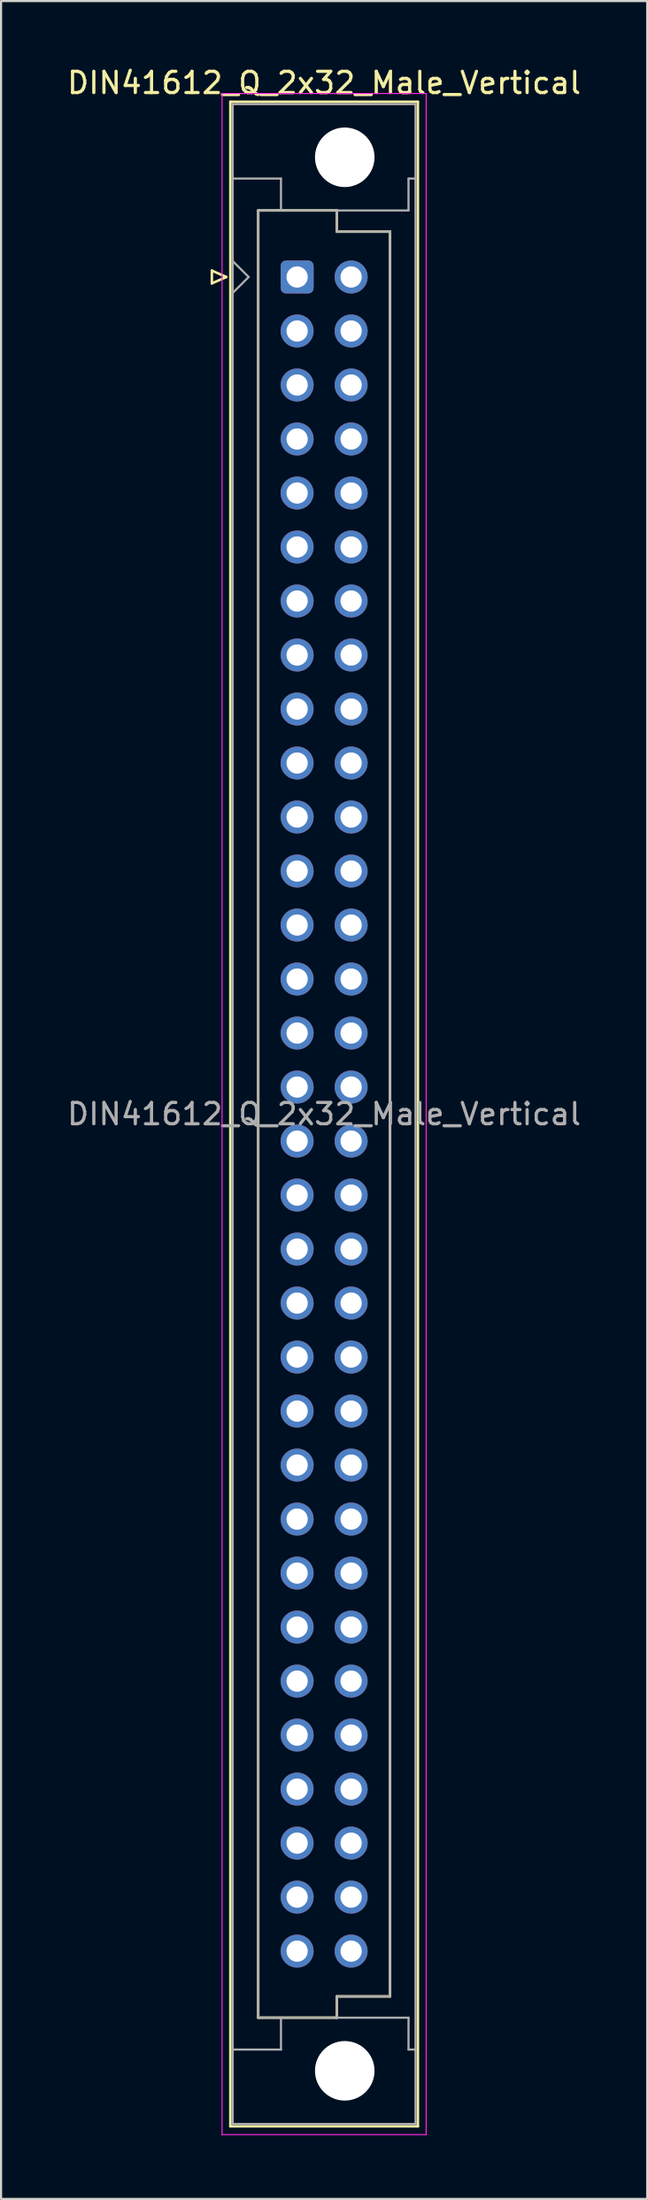
<source format=kicad_pcb>
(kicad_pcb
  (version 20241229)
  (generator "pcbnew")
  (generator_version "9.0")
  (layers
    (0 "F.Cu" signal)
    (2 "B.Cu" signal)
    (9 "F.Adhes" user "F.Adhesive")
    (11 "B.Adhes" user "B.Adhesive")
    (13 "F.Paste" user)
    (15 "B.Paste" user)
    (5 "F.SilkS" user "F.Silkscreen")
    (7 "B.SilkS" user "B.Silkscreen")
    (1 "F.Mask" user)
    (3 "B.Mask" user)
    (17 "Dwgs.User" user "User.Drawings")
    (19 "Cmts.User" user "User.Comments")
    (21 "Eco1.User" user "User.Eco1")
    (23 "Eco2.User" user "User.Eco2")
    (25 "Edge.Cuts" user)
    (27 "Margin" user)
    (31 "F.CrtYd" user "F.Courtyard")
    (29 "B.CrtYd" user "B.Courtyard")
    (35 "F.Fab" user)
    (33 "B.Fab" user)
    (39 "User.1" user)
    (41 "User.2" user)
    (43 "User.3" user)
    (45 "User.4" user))
  (footprint "DIN41612_Q_2x32_Male_Vertical"
    (layer "F.Cu")
    (at 10.926 9.978)
    (property "Reference" "DIN41612_Q_2x32_Male_Vertical" (at 1.27 -9.13 0) (layer "F.SilkS") (effects (font (size 1 1) (thickness 0.15))))
    (attr through_hole)
    (fp_line (start -4.01 -0.3) (end -4.01 0.3) (stroke (width 0.12) (type solid)) (layer "F.SilkS"))
    (fp_line (start -4.01 0.3) (end -3.33 0) (stroke (width 0.12) (type solid)) (layer "F.SilkS"))
    (fp_line (start -3.33 0) (end -4.01 -0.3) (stroke (width 0.12) (type solid)) (layer "F.SilkS"))
    (fp_line (start -3.14 -8.24) (end 5.68 -8.24) (stroke (width 0.12) (type solid)) (layer "F.SilkS"))
    (fp_line (start -3.14 86.98) (end -3.14 -8.24) (stroke (width 0.12) (type solid)) (layer "F.SilkS"))
    (fp_line (start -1.83 -3.13) (end 1.87 -3.13) (stroke (width 0.12) (type solid)) (layer "F.SilkS"))
    (fp_line (start -1.83 81.87) (end -1.83 -3.13) (stroke (width 0.12) (type solid)) (layer "F.SilkS"))
    (fp_line (start 1.87 -3.13) (end 1.87 -2.13) (stroke (width 0.12) (type solid)) (layer "F.SilkS"))
    (fp_line (start 1.87 -2.13) (end 4.37 -2.13) (stroke (width 0.12) (type solid)) (layer "F.SilkS"))
    (fp_line (start 1.87 80.87) (end 1.87 81.87) (stroke (width 0.12) (type solid)) (layer "F.SilkS"))
    (fp_line (start 1.87 81.87) (end -1.83 81.87) (stroke (width 0.12) (type solid)) (layer "F.SilkS"))
    (fp_line (start 4.37 -2.13) (end 4.37 80.87) (stroke (width 0.12) (type solid)) (layer "F.SilkS"))
    (fp_line (start 4.37 80.87) (end 1.87 80.87) (stroke (width 0.12) (type solid)) (layer "F.SilkS"))
    (fp_line (start 5.68 -8.24) (end 5.68 86.98) (stroke (width 0.12) (type solid)) (layer "F.SilkS"))
    (fp_line (start 5.68 86.98) (end -3.14 86.98) (stroke (width 0.12) (type solid)) (layer "F.SilkS"))
    (fp_line (start -3.53 -8.63) (end 6.07 -8.63) (stroke (width 0.05) (type solid)) (layer "F.CrtYd"))
    (fp_line (start -3.53 87.37) (end -3.53 -8.63) (stroke (width 0.05) (type solid)) (layer "F.CrtYd"))
    (fp_line (start 6.07 -8.63) (end 6.07 87.37) (stroke (width 0.05) (type solid)) (layer "F.CrtYd"))
    (fp_line (start 6.07 87.37) (end -3.53 87.37) (stroke (width 0.05) (type solid)) (layer "F.CrtYd"))
    (fp_line (start -3.03 -8.13) (end 5.57 -8.13) (stroke (width 0.1) (type solid)) (layer "F.Fab"))
    (fp_line (start -3.03 -4.63) (end -0.76 -4.63) (stroke (width 0.1) (type solid)) (layer "F.Fab"))
    (fp_line (start -3.03 -0.75) (end -2.28 0) (stroke (width 0.1) (type solid)) (layer "F.Fab"))
    (fp_line (start -3.03 83.37) (end -0.76 83.37) (stroke (width 0.1) (type solid)) (layer "F.Fab"))
    (fp_line (start -3.03 86.87) (end -3.03 -8.13) (stroke (width 0.1) (type solid)) (layer "F.Fab"))
    (fp_line (start -2.28 0) (end -3.03 0.75) (stroke (width 0.1) (type solid)) (layer "F.Fab"))
    (fp_line (start -1.83 -3.13) (end 1.87 -3.13) (stroke (width 0.1) (type solid)) (layer "F.Fab"))
    (fp_line (start -1.83 81.87) (end -1.83 -3.13) (stroke (width 0.1) (type solid)) (layer "F.Fab"))
    (fp_line (start -0.76 -4.63) (end -0.76 -3.13) (stroke (width 0.1) (type solid)) (layer "F.Fab"))
    (fp_line (start -0.76 83.37) (end -0.76 81.87) (stroke (width 0.1) (type solid)) (layer "F.Fab"))
    (fp_line (start 1.87 -3.13) (end 1.87 -2.13) (stroke (width 0.1) (type solid)) (layer "F.Fab"))
    (fp_line (start 1.87 -3.13) (end 5.24 -3.13) (stroke (width 0.1) (type solid)) (layer "F.Fab"))
    (fp_line (start 1.87 -2.13) (end 4.37 -2.13) (stroke (width 0.1) (type solid)) (layer "F.Fab"))
    (fp_line (start 1.87 80.87) (end 1.87 81.87) (stroke (width 0.1) (type solid)) (layer "F.Fab"))
    (fp_line (start 1.87 81.87) (end -1.83 81.87) (stroke (width 0.1) (type solid)) (layer "F.Fab"))
    (fp_line (start 1.87 81.87) (end 5.24 81.87) (stroke (width 0.1) (type solid)) (layer "F.Fab"))
    (fp_line (start 4.37 -2.13) (end 4.37 80.87) (stroke (width 0.1) (type solid)) (layer "F.Fab"))
    (fp_line (start 4.37 80.87) (end 1.87 80.87) (stroke (width 0.1) (type solid)) (layer "F.Fab"))
    (fp_line (start 5.24 -4.63) (end 5.57 -4.63) (stroke (width 0.1) (type solid)) (layer "F.Fab"))
    (fp_line (start 5.24 -3.13) (end 5.24 -4.63) (stroke (width 0.1) (type solid)) (layer "F.Fab"))
    (fp_line (start 5.24 81.87) (end 5.24 83.37) (stroke (width 0.1) (type solid)) (layer "F.Fab"))
    (fp_line (start 5.24 83.37) (end 5.57 83.37) (stroke (width 0.1) (type solid)) (layer "F.Fab"))
    (fp_line (start 5.57 -8.13) (end 5.57 86.87) (stroke (width 0.1) (type solid)) (layer "F.Fab"))
    (fp_line (start 5.57 86.87) (end -3.03 86.87) (stroke (width 0.1) (type solid)) (layer "F.Fab"))
    (fp_text user "${REFERENCE}" (at 1.27 39.37 0) (layer "F.Fab") (effects (font (size 1 1) (thickness 0.15))))
    (pad "" np_thru_hole circle (at 2.24 -5.63) (size 2.8 2.8) (drill 2.8) (layers "*.Cu" "*.Mask"))
    (pad "" np_thru_hole circle (at 2.24 84.37) (size 2.8 2.8) (drill 2.8) (layers "*.Cu" "*.Mask"))
    (pad "a1" thru_hole roundrect (at 0 0) (size 1.55 1.55) (drill 1) (layers "*.Cu" "*.Mask") (roundrect_rratio 0.161))
    (pad "a2" thru_hole circle (at 0 2.54) (size 1.55 1.55) (drill 1) (layers "*.Cu" "*.Mask"))
    (pad "a3" thru_hole circle (at 0 5.08) (size 1.55 1.55) (drill 1) (layers "*.Cu" "*.Mask"))
    (pad "a4" thru_hole circle (at 0 7.62) (size 1.55 1.55) (drill 1) (layers "*.Cu" "*.Mask"))
    (pad "a5" thru_hole circle (at 0 10.16) (size 1.55 1.55) (drill 1) (layers "*.Cu" "*.Mask"))
    (pad "a6" thru_hole circle (at 0 12.7) (size 1.55 1.55) (drill 1) (layers "*.Cu" "*.Mask"))
    (pad "a7" thru_hole circle (at 0 15.24) (size 1.55 1.55) (drill 1) (layers "*.Cu" "*.Mask"))
    (pad "a8" thru_hole circle (at 0 17.78) (size 1.55 1.55) (drill 1) (layers "*.Cu" "*.Mask"))
    (pad "a9" thru_hole circle (at 0 20.32) (size 1.55 1.55) (drill 1) (layers "*.Cu" "*.Mask"))
    (pad "a10" thru_hole circle (at 0 22.86) (size 1.55 1.55) (drill 1) (layers "*.Cu" "*.Mask"))
    (pad "a11" thru_hole circle (at 0 25.4) (size 1.55 1.55) (drill 1) (layers "*.Cu" "*.Mask"))
    (pad "a12" thru_hole circle (at 0 27.94) (size 1.55 1.55) (drill 1) (layers "*.Cu" "*.Mask"))
    (pad "a13" thru_hole circle (at 0 30.48) (size 1.55 1.55) (drill 1) (layers "*.Cu" "*.Mask"))
    (pad "a14" thru_hole circle (at 0 33.02) (size 1.55 1.55) (drill 1) (layers "*.Cu" "*.Mask"))
    (pad "a15" thru_hole circle (at 0 35.56) (size 1.55 1.55) (drill 1) (layers "*.Cu" "*.Mask"))
    (pad "a16" thru_hole circle (at 0 38.1) (size 1.55 1.55) (drill 1) (layers "*.Cu" "*.Mask"))
    (pad "a17" thru_hole circle (at 0 40.64) (size 1.55 1.55) (drill 1) (layers "*.Cu" "*.Mask"))
    (pad "a18" thru_hole circle (at 0 43.18) (size 1.55 1.55) (drill 1) (layers "*.Cu" "*.Mask"))
    (pad "a19" thru_hole circle (at 0 45.72) (size 1.55 1.55) (drill 1) (layers "*.Cu" "*.Mask"))
    (pad "a20" thru_hole circle (at 0 48.26) (size 1.55 1.55) (drill 1) (layers "*.Cu" "*.Mask"))
    (pad "a21" thru_hole circle (at 0 50.8) (size 1.55 1.55) (drill 1) (layers "*.Cu" "*.Mask"))
    (pad "a22" thru_hole circle (at 0 53.34) (size 1.55 1.55) (drill 1) (layers "*.Cu" "*.Mask"))
    (pad "a23" thru_hole circle (at 0 55.88) (size 1.55 1.55) (drill 1) (layers "*.Cu" "*.Mask"))
    (pad "a24" thru_hole circle (at 0 58.42) (size 1.55 1.55) (drill 1) (layers "*.Cu" "*.Mask"))
    (pad "a25" thru_hole circle (at 0 60.96) (size 1.55 1.55) (drill 1) (layers "*.Cu" "*.Mask"))
    (pad "a26" thru_hole circle (at 0 63.5) (size 1.55 1.55) (drill 1) (layers "*.Cu" "*.Mask"))
    (pad "a27" thru_hole circle (at 0 66.04) (size 1.55 1.55) (drill 1) (layers "*.Cu" "*.Mask"))
    (pad "a28" thru_hole circle (at 0 68.58) (size 1.55 1.55) (drill 1) (layers "*.Cu" "*.Mask"))
    (pad "a29" thru_hole circle (at 0 71.12) (size 1.55 1.55) (drill 1) (layers "*.Cu" "*.Mask"))
    (pad "a30" thru_hole circle (at 0 73.66) (size 1.55 1.55) (drill 1) (layers "*.Cu" "*.Mask"))
    (pad "a31" thru_hole circle (at 0 76.2) (size 1.55 1.55) (drill 1) (layers "*.Cu" "*.Mask"))
    (pad "a32" thru_hole circle (at 0 78.74) (size 1.55 1.55) (drill 1) (layers "*.Cu" "*.Mask"))
    (pad "b1" thru_hole circle (at 2.54 0) (size 1.55 1.55) (drill 1) (layers "*.Cu" "*.Mask"))
    (pad "b2" thru_hole circle (at 2.54 2.54) (size 1.55 1.55) (drill 1) (layers "*.Cu" "*.Mask"))
    (pad "b3" thru_hole circle (at 2.54 5.08) (size 1.55 1.55) (drill 1) (layers "*.Cu" "*.Mask"))
    (pad "b4" thru_hole circle (at 2.54 7.62) (size 1.55 1.55) (drill 1) (layers "*.Cu" "*.Mask"))
    (pad "b5" thru_hole circle (at 2.54 10.16) (size 1.55 1.55) (drill 1) (layers "*.Cu" "*.Mask"))
    (pad "b6" thru_hole circle (at 2.54 12.7) (size 1.55 1.55) (drill 1) (layers "*.Cu" "*.Mask"))
    (pad "b7" thru_hole circle (at 2.54 15.24) (size 1.55 1.55) (drill 1) (layers "*.Cu" "*.Mask"))
    (pad "b8" thru_hole circle (at 2.54 17.78) (size 1.55 1.55) (drill 1) (layers "*.Cu" "*.Mask"))
    (pad "b9" thru_hole circle (at 2.54 20.32) (size 1.55 1.55) (drill 1) (layers "*.Cu" "*.Mask"))
    (pad "b10" thru_hole circle (at 2.54 22.86) (size 1.55 1.55) (drill 1) (layers "*.Cu" "*.Mask"))
    (pad "b11" thru_hole circle (at 2.54 25.4) (size 1.55 1.55) (drill 1) (layers "*.Cu" "*.Mask"))
    (pad "b12" thru_hole circle (at 2.54 27.94) (size 1.55 1.55) (drill 1) (layers "*.Cu" "*.Mask"))
    (pad "b13" thru_hole circle (at 2.54 30.48) (size 1.55 1.55) (drill 1) (layers "*.Cu" "*.Mask"))
    (pad "b14" thru_hole circle (at 2.54 33.02) (size 1.55 1.55) (drill 1) (layers "*.Cu" "*.Mask"))
    (pad "b15" thru_hole circle (at 2.54 35.56) (size 1.55 1.55) (drill 1) (layers "*.Cu" "*.Mask"))
    (pad "b16" thru_hole circle (at 2.54 38.1) (size 1.55 1.55) (drill 1) (layers "*.Cu" "*.Mask"))
    (pad "b17" thru_hole circle (at 2.54 40.64) (size 1.55 1.55) (drill 1) (layers "*.Cu" "*.Mask"))
    (pad "b18" thru_hole circle (at 2.54 43.18) (size 1.55 1.55) (drill 1) (layers "*.Cu" "*.Mask"))
    (pad "b19" thru_hole circle (at 2.54 45.72) (size 1.55 1.55) (drill 1) (layers "*.Cu" "*.Mask"))
    (pad "b20" thru_hole circle (at 2.54 48.26) (size 1.55 1.55) (drill 1) (layers "*.Cu" "*.Mask"))
    (pad "b21" thru_hole circle (at 2.54 50.8) (size 1.55 1.55) (drill 1) (layers "*.Cu" "*.Mask"))
    (pad "b22" thru_hole circle (at 2.54 53.34) (size 1.55 1.55) (drill 1) (layers "*.Cu" "*.Mask"))
    (pad "b23" thru_hole circle (at 2.54 55.88) (size 1.55 1.55) (drill 1) (layers "*.Cu" "*.Mask"))
    (pad "b24" thru_hole circle (at 2.54 58.42) (size 1.55 1.55) (drill 1) (layers "*.Cu" "*.Mask"))
    (pad "b25" thru_hole circle (at 2.54 60.96) (size 1.55 1.55) (drill 1) (layers "*.Cu" "*.Mask"))
    (pad "b26" thru_hole circle (at 2.54 63.5) (size 1.55 1.55) (drill 1) (layers "*.Cu" "*.Mask"))
    (pad "b27" thru_hole circle (at 2.54 66.04) (size 1.55 1.55) (drill 1) (layers "*.Cu" "*.Mask"))
    (pad "b28" thru_hole circle (at 2.54 68.58) (size 1.55 1.55) (drill 1) (layers "*.Cu" "*.Mask"))
    (pad "b29" thru_hole circle (at 2.54 71.12) (size 1.55 1.55) (drill 1) (layers "*.Cu" "*.Mask"))
    (pad "b30" thru_hole circle (at 2.54 73.66) (size 1.55 1.55) (drill 1) (layers "*.Cu" "*.Mask"))
    (pad "b31" thru_hole circle (at 2.54 76.2) (size 1.55 1.55) (drill 1) (layers "*.Cu" "*.Mask"))
    (pad "b32" thru_hole circle (at 2.54 78.74) (size 1.55 1.55) (drill 1) (layers "*.Cu" "*.Mask")))
  (gr_rect
    (start -3 -3)
    (end 27.393 100.373)
    (stroke (width 0.1) (type default))
    (fill no)
    (layer "Edge.Cuts")))
</source>
